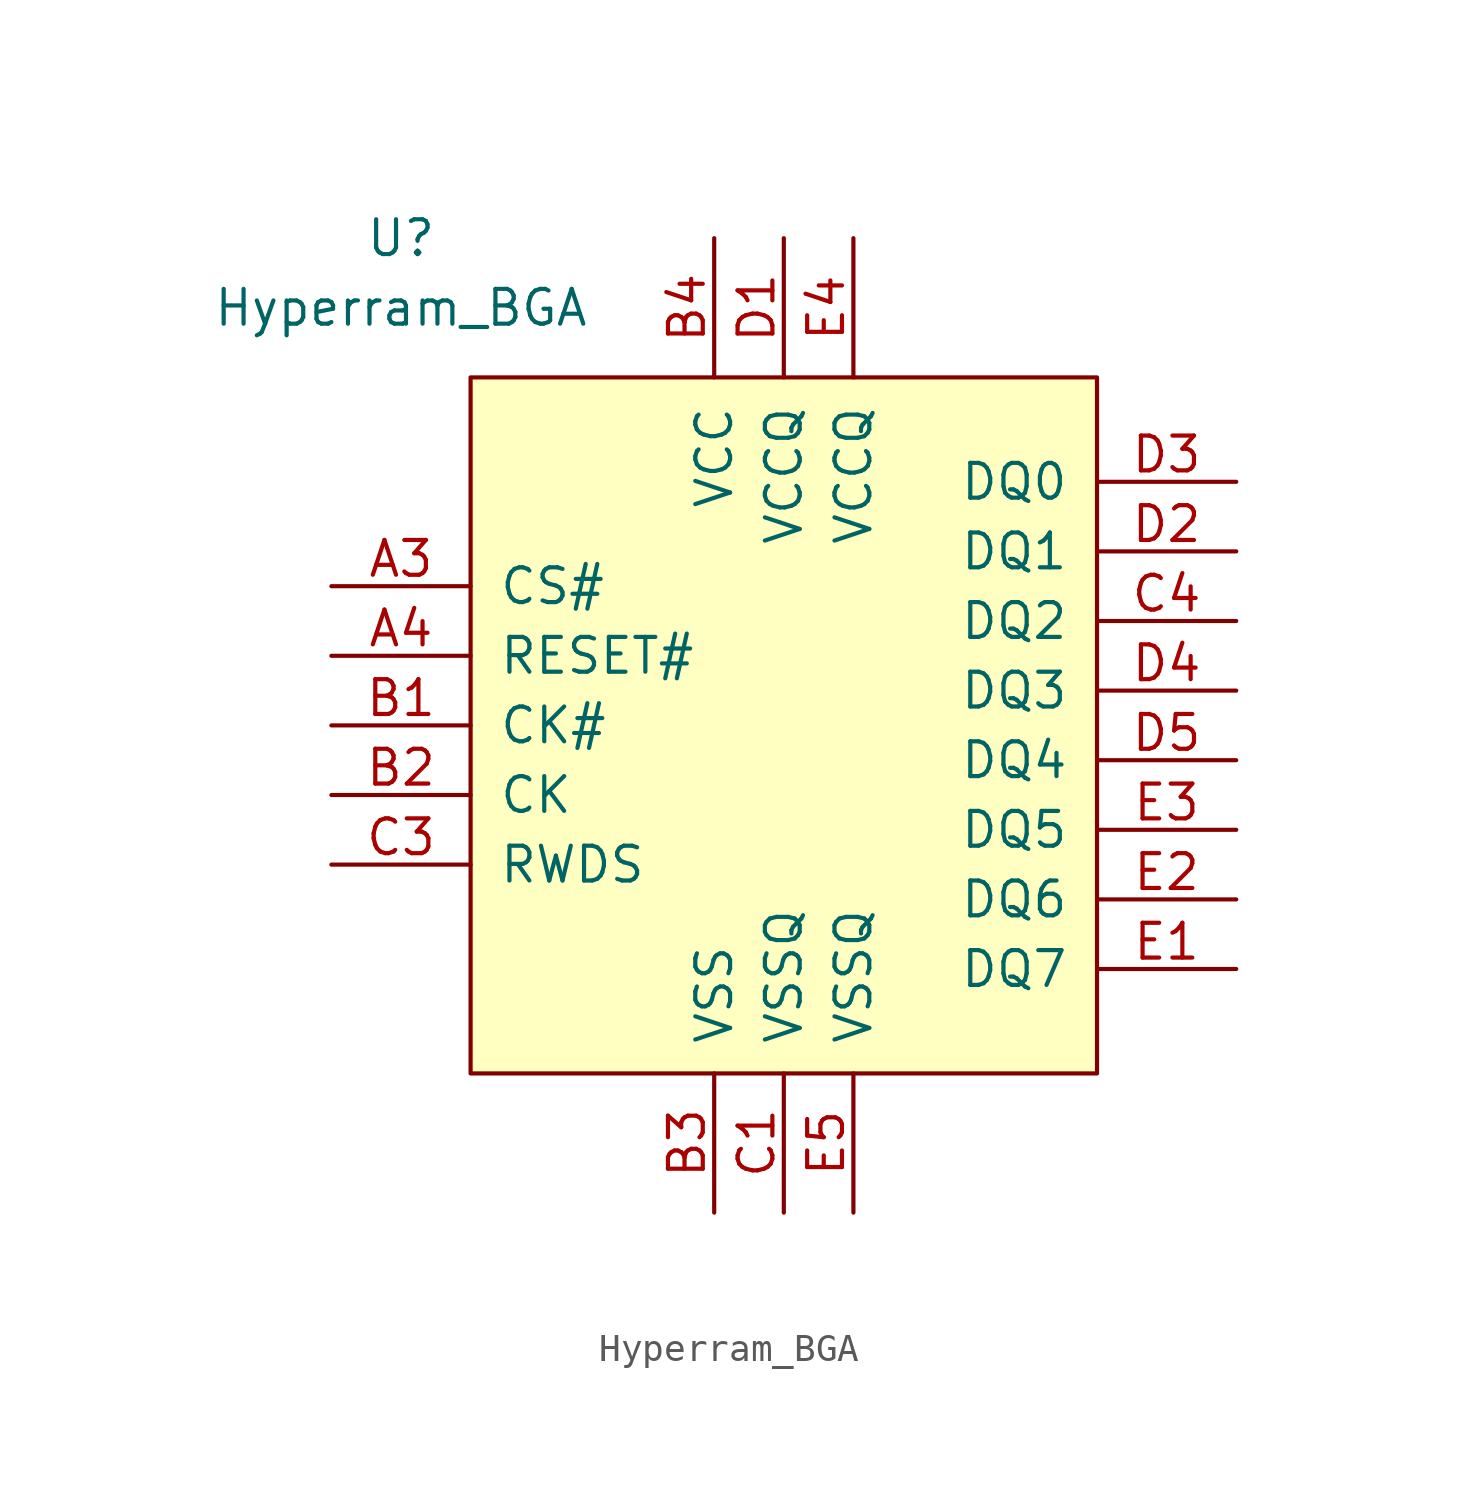
<source format=kicad_sym>
(kicad_symbol_lib
  (version 20220914)
  (generator kicad_symbol_editor)
  (symbol "Hyperram_BGA"
    (pin_names
      (offset 1.016))
    (property "Reference" "U"
      (at -13.97 6.35 0)
      (effects (font (size 1.27 1.27))))
    (property "Value" "Hyperram_BGA"
      (at -13.97 3.81 0)
      (effects (font (size 1.27 1.27))))
    (symbol "Hyperram_BGA_0_0"
      (pin no_connect line (at -16.51 -22.86 0) (length 5.08) hide (name "RFU" (effects (font (size 1.27 1.27)))) (number "A2" (effects (font (size 1.27 1.27)))))
      (pin input line (at -16.51 -6.35 0) (length 5.08) (name "CS#" (effects (font (size 1.27 1.27)))) (number "A3" (effects (font (size 1.27 1.27)))))
      (pin input line (at -16.51 -8.89 0) (length 5.08) (name "RESET#" (effects (font (size 1.27 1.27)))) (number "A4" (effects (font (size 1.27 1.27)))))
      (pin no_connect line (at -16.51 -21.59 0) (length 5.08) hide (name "RFU" (effects (font (size 1.27 1.27)))) (number "A5" (effects (font (size 1.27 1.27)))))
      (pin input line (at -16.51 -11.43 0) (length 5.08) (name "CK#" (effects (font (size 1.27 1.27)))) (number "B1" (effects (font (size 1.27 1.27)))))
      (pin input line (at -16.51 -13.97 0) (length 5.08) (name "CK" (effects (font (size 1.27 1.27)))) (number "B2" (effects (font (size 1.27 1.27)))))
      (pin power_in line (at -2.54 -29.21 90) (length 5.08) (name "VSS" (effects (font (size 1.27 1.27)))) (number "B3" (effects (font (size 1.27 1.27)))))
      (pin power_in line (at -2.54 6.35 270) (length 5.08) (name "VCC" (effects (font (size 1.27 1.27)))) (number "B4" (effects (font (size 1.27 1.27)))))
      (pin no_connect line (at -16.51 -20.32 0) (length 5.08) hide (name "RFU" (effects (font (size 1.27 1.27)))) (number "B5" (effects (font (size 1.27 1.27)))))
      (pin power_in line (at 0 -29.21 90) (length 5.08) (name "VSSQ" (effects (font (size 1.27 1.27)))) (number "C1" (effects (font (size 1.27 1.27)))))
      (pin no_connect line (at -16.51 -17.78 0) (length 5.08) hide (name "RFU" (effects (font (size 1.27 1.27)))) (number "C2" (effects (font (size 1.27 1.27)))))
      (pin input line (at -16.51 -16.51 0) (length 5.08) (name "RWDS" (effects (font (size 1.27 1.27)))) (number "C3" (effects (font (size 1.27 1.27)))))
      (pin bidirectional line (at 16.51 -7.62 180) (length 5.08) (name "DQ2" (effects (font (size 1.27 1.27)))) (number "C4" (effects (font (size 1.27 1.27)))))
      (pin no_connect line (at -16.51 -19.05 0) (length 5.08) hide (name "RFU" (effects (font (size 1.27 1.27)))) (number "C5" (effects (font (size 1.27 1.27)))))
      (pin power_in line (at 0 6.35 270) (length 5.08) (name "VCCQ" (effects (font (size 1.27 1.27)))) (number "D1" (effects (font (size 1.27 1.27)))))
      (pin bidirectional line (at 16.51 -5.08 180) (length 5.08) (name "DQ1" (effects (font (size 1.27 1.27)))) (number "D2" (effects (font (size 1.27 1.27)))))
      (pin bidirectional line (at 16.51 -2.54 180) (length 5.08) (name "DQ0" (effects (font (size 1.27 1.27)))) (number "D3" (effects (font (size 1.27 1.27)))))
      (pin bidirectional line (at 16.51 -10.16 180) (length 5.08) (name "DQ3" (effects (font (size 1.27 1.27)))) (number "D4" (effects (font (size 1.27 1.27)))))
      (pin bidirectional line (at 16.51 -12.7 180) (length 5.08) (name "DQ4" (effects (font (size 1.27 1.27)))) (number "D5" (effects (font (size 1.27 1.27)))))
      (pin bidirectional line (at 16.51 -20.32 180) (length 5.08) (name "DQ7" (effects (font (size 1.27 1.27)))) (number "E1" (effects (font (size 1.27 1.27)))))
      (pin bidirectional line (at 16.51 -17.78 180) (length 5.08) (name "DQ6" (effects (font (size 1.27 1.27)))) (number "E2" (effects (font (size 1.27 1.27)))))
      (pin bidirectional line (at 16.51 -15.24 180) (length 5.08) (name "DQ5" (effects (font (size 1.27 1.27)))) (number "E3" (effects (font (size 1.27 1.27)))))
      (pin power_in line (at 2.54 6.35 270) (length 5.08) (name "VCCQ" (effects (font (size 1.27 1.27)))) (number "E4" (effects (font (size 1.27 1.27)))))
      (pin power_in line (at 2.54 -29.21 90) (length 5.08) (name "VSSQ" (effects (font (size 1.27 1.27)))) (number "E5" (effects (font (size 1.27 1.27))))))
    (symbol "Hyperram_BGA_0_1"
      (rectangle (start -11.43 1.27) (end 11.43 -24.13) (stroke (width 0) (type default)) (fill (type background))))))
</source>
